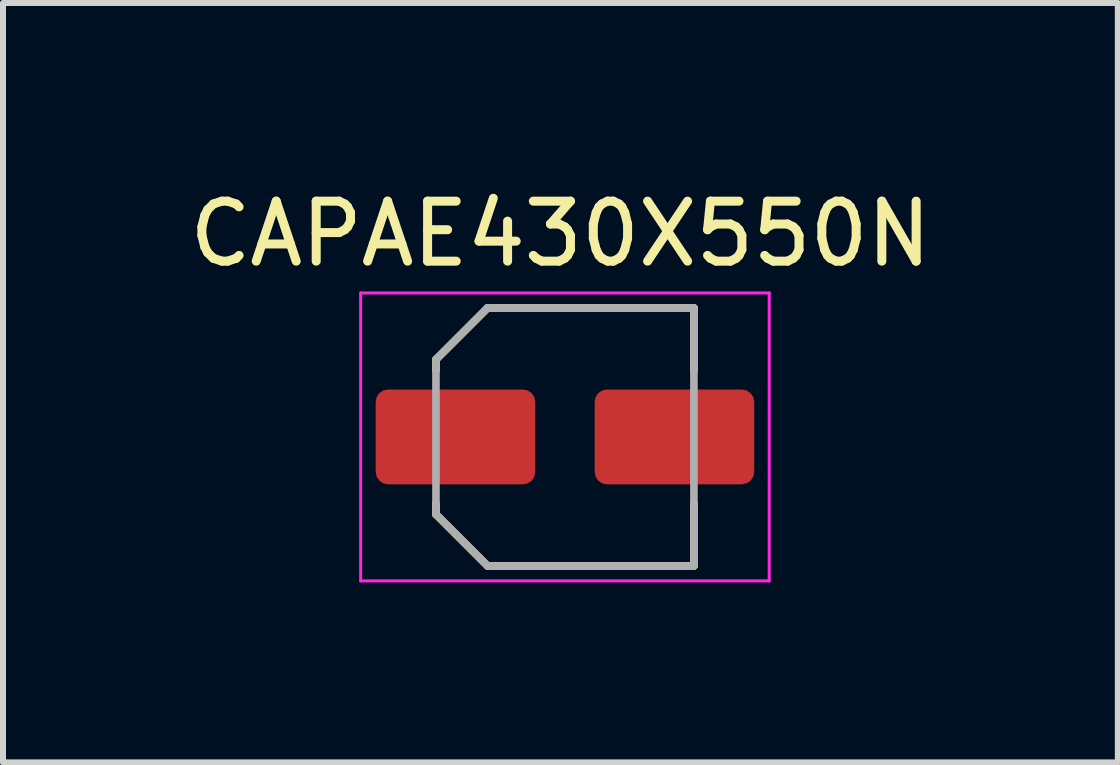
<source format=kicad_pcb>
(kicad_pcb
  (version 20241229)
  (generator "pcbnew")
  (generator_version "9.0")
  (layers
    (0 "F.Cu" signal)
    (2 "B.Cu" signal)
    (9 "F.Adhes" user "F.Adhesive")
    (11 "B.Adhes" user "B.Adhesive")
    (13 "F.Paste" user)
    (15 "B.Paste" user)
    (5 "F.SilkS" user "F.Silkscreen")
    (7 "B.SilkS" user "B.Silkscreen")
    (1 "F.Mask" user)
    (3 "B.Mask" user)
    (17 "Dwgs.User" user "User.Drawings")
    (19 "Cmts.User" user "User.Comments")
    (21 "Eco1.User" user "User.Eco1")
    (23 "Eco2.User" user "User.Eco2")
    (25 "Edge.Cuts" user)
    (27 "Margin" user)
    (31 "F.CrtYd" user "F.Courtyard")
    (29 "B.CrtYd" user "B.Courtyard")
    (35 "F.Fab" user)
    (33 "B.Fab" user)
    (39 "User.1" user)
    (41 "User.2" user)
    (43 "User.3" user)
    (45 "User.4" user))
  (footprint "CAPAE430X550N"
    (layer "F.Cu")
    (at 6.367 4.233)
    (property "Reference" "CAPAE430X550N" (at -0.075 -3.385 0) (layer "F.SilkS") (effects (font (size 1 1) (thickness 0.15))))
    (attr through_hole)
    (fp_line (start -2.15 -1.29) (end -1.29 -2.15) (stroke (width 0.127) (type solid)) (layer "F.SilkS"))
    (fp_line (start -2.15 -1.11) (end -2.15 -1.29) (stroke (width 0.127) (type solid)) (layer "F.SilkS"))
    (fp_line (start -2.15 1.29) (end -2.15 1.11) (stroke (width 0.127) (type solid)) (layer "F.SilkS"))
    (fp_line (start -1.29 -2.15) (end 2.15 -2.15) (stroke (width 0.127) (type solid)) (layer "F.SilkS"))
    (fp_line (start -1.29 2.15) (end -2.15 1.29) (stroke (width 0.127) (type solid)) (layer "F.SilkS"))
    (fp_line (start 2.15 -2.15) (end 2.15 -1.11) (stroke (width 0.127) (type solid)) (layer "F.SilkS"))
    (fp_line (start 2.15 1.11) (end 2.15 2.15) (stroke (width 0.127) (type solid)) (layer "F.SilkS"))
    (fp_line (start 2.15 2.15) (end -1.29 2.15) (stroke (width 0.127) (type solid)) (layer "F.SilkS"))
    (fp_line (start -3.405 -2.4) (end 3.405 -2.4) (stroke (width 0.05) (type solid)) (layer "F.CrtYd"))
    (fp_line (start -3.405 2.4) (end -3.405 -2.4) (stroke (width 0.05) (type solid)) (layer "F.CrtYd"))
    (fp_line (start 3.405 -2.4) (end 3.405 2.4) (stroke (width 0.05) (type solid)) (layer "F.CrtYd"))
    (fp_line (start 3.405 2.4) (end -3.405 2.4) (stroke (width 0.05) (type solid)) (layer "F.CrtYd"))
    (fp_line (start -2.15 -1.29) (end -2.15 1.29) (stroke (width 0.127) (type solid)) (layer "F.Fab"))
    (fp_line (start -2.15 -1.29) (end -1.29 -2.15) (stroke (width 0.127) (type solid)) (layer "F.Fab"))
    (fp_line (start -2.15 1.29) (end -1.29 2.15) (stroke (width 0.127) (type solid)) (layer "F.Fab"))
    (fp_line (start -1.29 2.15) (end 2.15 2.15) (stroke (width 0.127) (type solid)) (layer "F.Fab"))
    (fp_line (start 2.15 -2.15) (end -1.29 -2.15) (stroke (width 0.127) (type solid)) (layer "F.Fab"))
    (fp_line (start 2.15 2.15) (end 2.15 -2.15) (stroke (width 0.127) (type solid)) (layer "F.Fab"))
    (pad "1" smd roundrect (at -1.825 0) (size 2.66 1.58) (layers "F.Cu" "F.Mask" "F.Paste") (roundrect_rratio 0.13))
    (pad "2" smd roundrect (at 1.825 0) (size 2.66 1.58) (layers "F.Cu" "F.Mask" "F.Paste") (roundrect_rratio 0.13)))
  (gr_rect
    (start -3 -3)
    (end 15.583 9.658)
    (stroke (width 0.1) (type default))
    (fill no)
    (layer "Edge.Cuts")))
</source>
